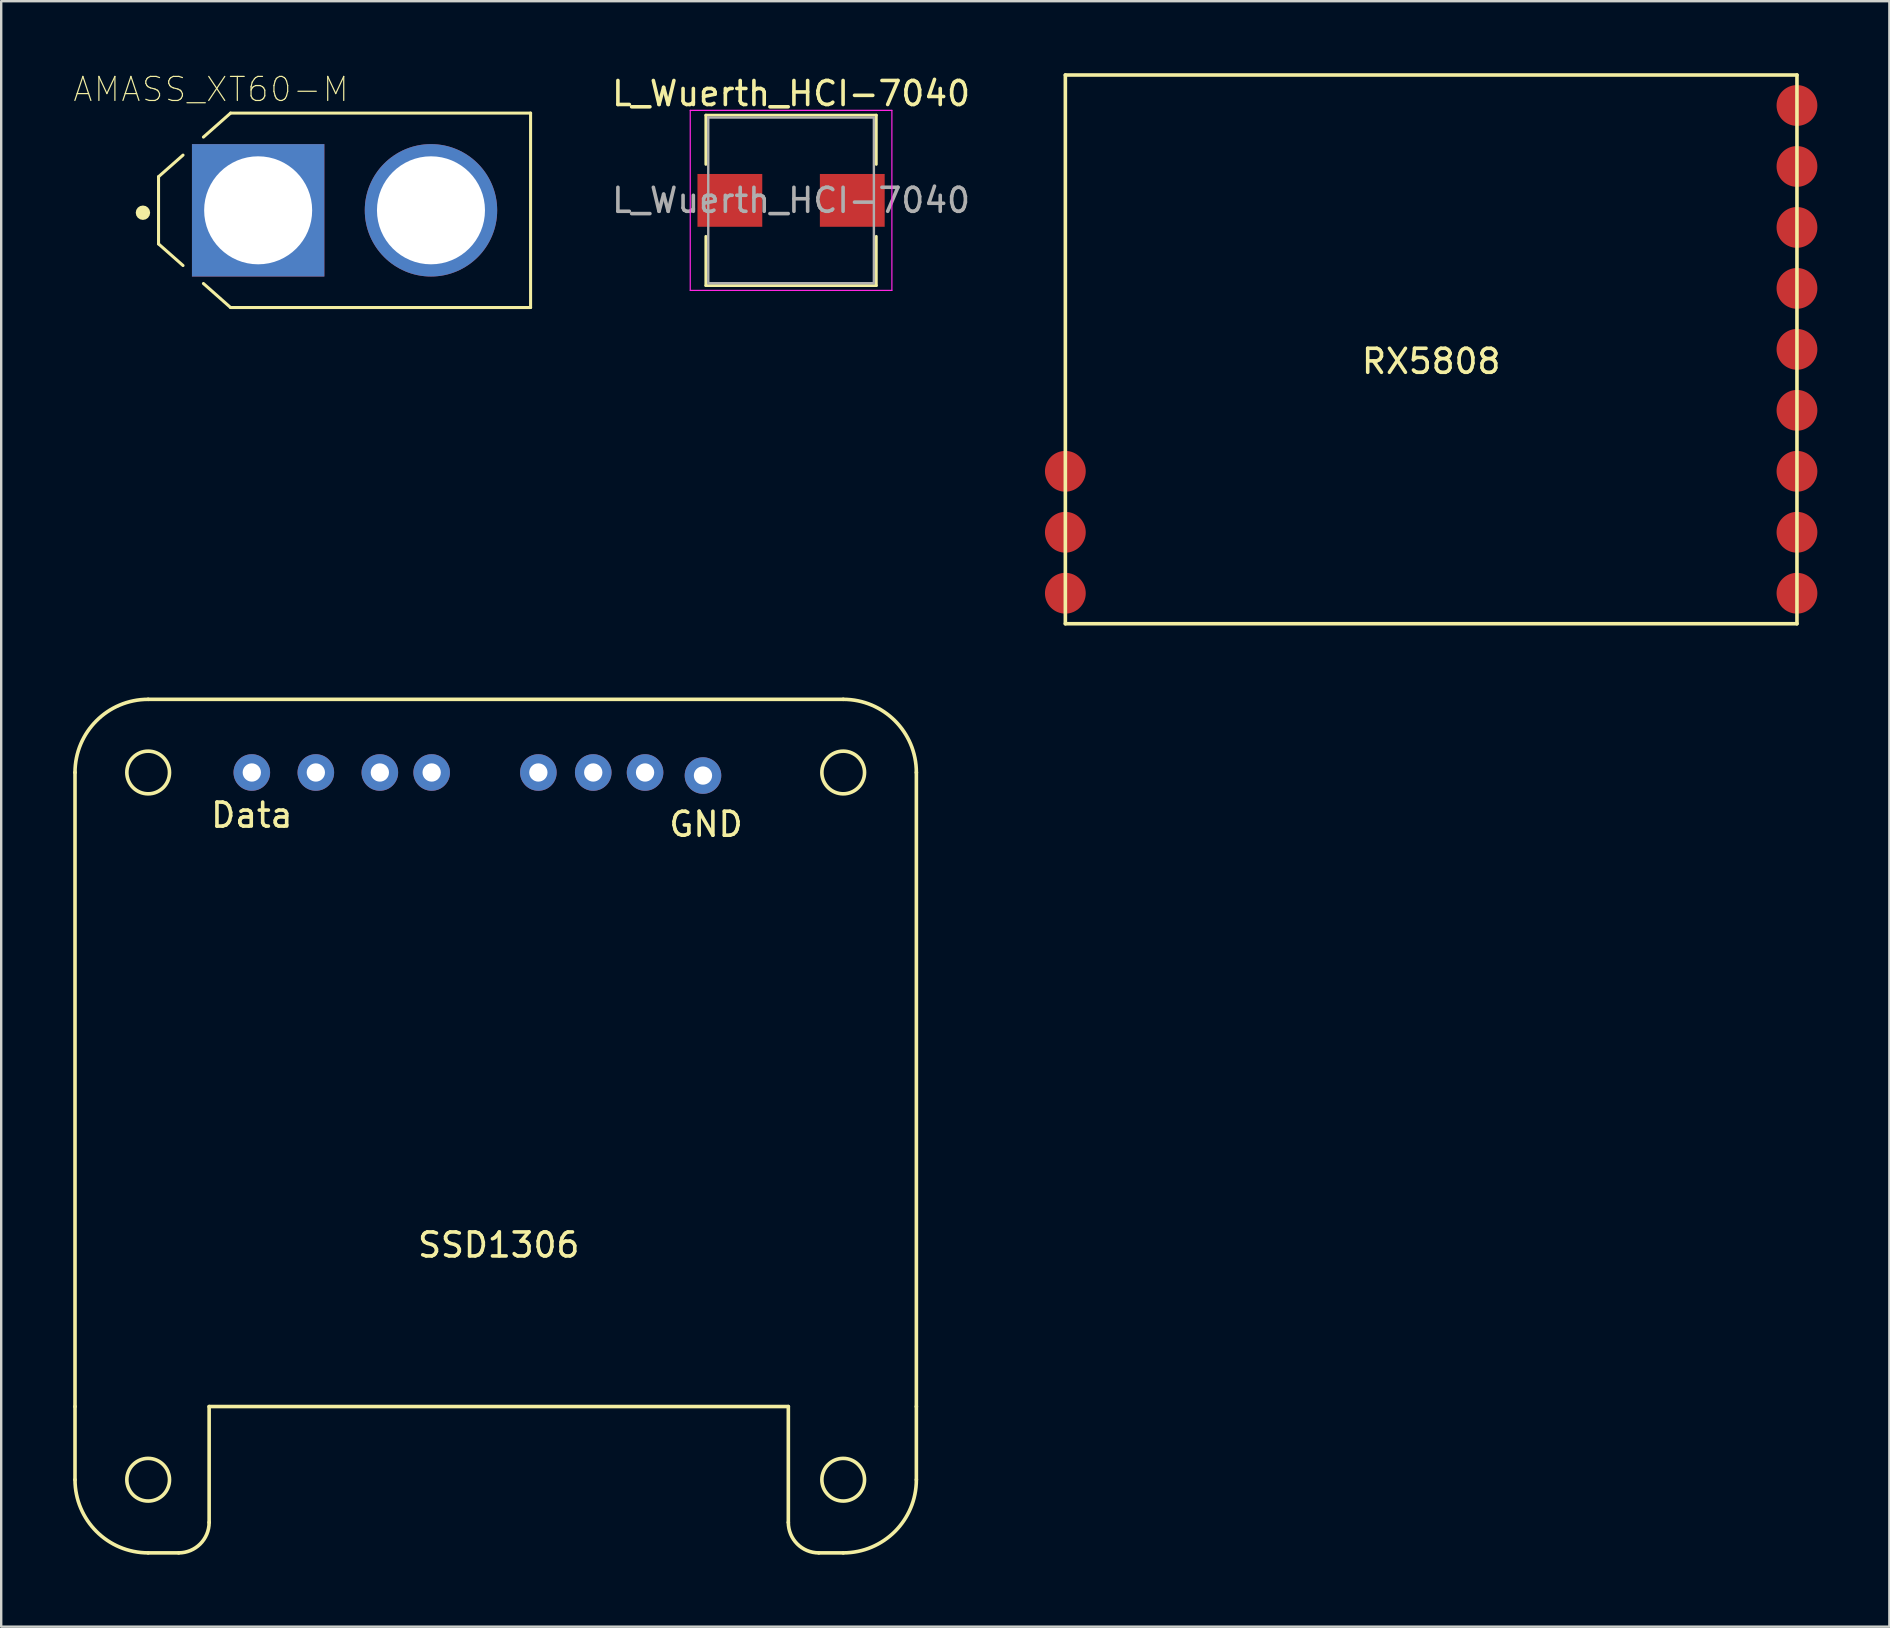
<source format=kicad_pcb>
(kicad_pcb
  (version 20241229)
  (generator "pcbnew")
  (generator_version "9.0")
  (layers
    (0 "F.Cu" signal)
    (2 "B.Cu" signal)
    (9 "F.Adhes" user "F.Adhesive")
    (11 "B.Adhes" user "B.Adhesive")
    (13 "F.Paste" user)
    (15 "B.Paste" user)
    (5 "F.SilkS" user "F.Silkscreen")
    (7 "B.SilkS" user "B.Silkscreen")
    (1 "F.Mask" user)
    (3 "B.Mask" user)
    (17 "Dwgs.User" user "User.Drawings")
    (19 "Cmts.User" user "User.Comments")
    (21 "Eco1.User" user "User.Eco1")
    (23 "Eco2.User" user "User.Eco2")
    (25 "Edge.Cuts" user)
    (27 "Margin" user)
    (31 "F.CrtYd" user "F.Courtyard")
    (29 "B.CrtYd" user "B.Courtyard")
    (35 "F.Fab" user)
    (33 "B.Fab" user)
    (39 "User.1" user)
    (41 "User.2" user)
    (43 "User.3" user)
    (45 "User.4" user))
  (footprint "SSD1306"
    (layer "F.Cu")
    (at 17.728 41.579)
    (property "Reference" "SSD1306" (at 0 7.239 0) (layer "F.SilkS") (effects (font (size 1 1) (thickness 0.15))))
    (attr through_hole)
    (fp_line (start -17.653 13.97) (end -17.653 -12.446) (stroke (width 0.15) (type solid)) (layer "F.SilkS"))
    (fp_line (start -17.653 13.97) (end -17.653 17.018) (stroke (width 0.15) (type solid)) (layer "F.SilkS"))
    (fp_line (start -14.605 -15.494) (end 14.351 -15.494) (stroke (width 0.15) (type solid)) (layer "F.SilkS"))
    (fp_line (start -14.605 20.066) (end -13.335 20.066) (stroke (width 0.15) (type solid)) (layer "F.SilkS"))
    (fp_line (start -12.065 13.97) (end 12.065 13.97) (stroke (width 0.15) (type solid)) (layer "F.SilkS"))
    (fp_line (start -12.065 18.796) (end -12.065 13.97) (stroke (width 0.15) (type solid)) (layer "F.SilkS"))
    (fp_line (start 12.065 18.796) (end 12.065 13.97) (stroke (width 0.15) (type solid)) (layer "F.SilkS"))
    (fp_line (start 14.351 20.066) (end 13.335 20.066) (stroke (width 0.15) (type solid)) (layer "F.SilkS"))
    (fp_line (start 17.399 -12.446) (end 17.399 13.97) (stroke (width 0.15) (type solid)) (layer "F.SilkS"))
    (fp_line (start 17.399 13.97) (end 17.399 17.018) (stroke (width 0.15) (type solid)) (layer "F.SilkS"))
    (fp_arc (start -17.653 -12.446) (mid -16.760261 -14.601261) (end -14.605 -15.494) (stroke (width 0.15) (type solid)) (layer "F.SilkS"))
    (fp_arc (start -14.605 20.066) (mid -16.760261 19.173261) (end -17.653 17.018) (stroke (width 0.15) (type solid)) (layer "F.SilkS"))
    (fp_arc (start -12.065 18.796) (mid -12.436974 19.694026) (end -13.335 20.066) (stroke (width 0.15) (type solid)) (layer "F.SilkS"))
    (fp_arc (start 13.335 20.066) (mid 12.436974 19.694026) (end 12.065 18.796) (stroke (width 0.15) (type solid)) (layer "F.SilkS"))
    (fp_arc (start 14.351 -15.494) (mid 16.506261 -14.601261) (end 17.399 -12.446) (stroke (width 0.15) (type solid)) (layer "F.SilkS"))
    (fp_arc (start 17.399 17.018) (mid 16.506261 19.173261) (end 14.351 20.066) (stroke (width 0.15) (type solid)) (layer "F.SilkS"))
    (fp_circle (center -14.605 -12.446) (end -14.605 -13.335) (stroke (width 0.15) (type solid)) (fill no) (layer "F.SilkS"))
    (fp_circle (center -14.605 17.018) (end -14.605 16.129) (stroke (width 0.15) (type solid)) (fill no) (layer "F.SilkS"))
    (fp_circle (center 14.351 -12.446) (end 14.351 -13.335) (stroke (width 0.15) (type solid)) (fill no) (layer "F.SilkS"))
    (fp_circle (center 14.351 17.018) (end 14.351 16.129) (stroke (width 0.15) (type solid)) (fill no) (layer "F.SilkS"))
    (fp_text user "Data" (at -10.287 -10.668 0) (layer "F.SilkS") (effects (font (size 1 1) (thickness 0.15))))
    (fp_text user "GND" (at 8.636 -10.287 0) (layer "F.SilkS") (effects (font (size 1 1) (thickness 0.15))))
    (pad "1" thru_hole circle (at -10.287 -12.446) (size 1.524 1.524) (drill 0.762) (layers "*.Cu" "*.Mask"))
    (pad "2" thru_hole circle (at -7.62 -12.446) (size 1.524 1.524) (drill 0.762) (layers "*.Cu" "*.Mask"))
    (pad "3" thru_hole circle (at -4.953 -12.446) (size 1.524 1.524) (drill 0.762) (layers "*.Cu" "*.Mask"))
    (pad "4" thru_hole circle (at -2.794 -12.446) (size 1.524 1.524) (drill 0.762) (layers "*.Cu" "*.Mask"))
    (pad "5" thru_hole circle (at 1.651 -12.446) (size 1.524 1.524) (drill 0.762) (layers "*.Cu" "*.Mask"))
    (pad "6" thru_hole circle (at 3.937 -12.446) (size 1.524 1.524) (drill 0.762) (layers "*.Cu" "*.Mask"))
    (pad "7" thru_hole circle (at 6.096 -12.446) (size 1.524 1.524) (drill 0.762) (layers "*.Cu" "*.Mask"))
    (pad "8" thru_hole circle (at 8.509 -12.319) (size 1.524 1.524) (drill 0.762) (layers "*.Cu" "*.Mask")))
  (footprint "AMASS_XT60-M"
    (layer "F.Cu")
    (at 11.305 5.712)
    (property "Reference" "AMASS_XT60-M" (at -5.564 -5.038 0) (layer "F.SilkS") (effects (font (size 1.001 1.001) (thickness 0.05))))
    (attr through_hole)
    (fp_line (start -7.75 -1.4) (end -6.73 -2.3) (stroke (width 0.127) (type solid)) (layer "F.SilkS"))
    (fp_line (start -7.75 1.4) (end -7.75 -1.4) (stroke (width 0.127) (type solid)) (layer "F.SilkS"))
    (fp_line (start -7.75 1.4) (end -6.73 2.3) (stroke (width 0.127) (type solid)) (layer "F.SilkS"))
    (fp_line (start -4.75 -4.05) (end -5.88 -3.05) (stroke (width 0.127) (type solid)) (layer "F.SilkS"))
    (fp_line (start -4.75 -4.05) (end 7.75 -4.05) (stroke (width 0.127) (type solid)) (layer "F.SilkS"))
    (fp_line (start -4.75 4.05) (end -5.88 3.05) (stroke (width 0.127) (type solid)) (layer "F.SilkS"))
    (fp_line (start 7.75 -4.05) (end 7.75 4.05) (stroke (width 0.127) (type solid)) (layer "F.SilkS"))
    (fp_line (start 7.75 4.05) (end -4.75 4.05) (stroke (width 0.127) (type solid)) (layer "F.SilkS"))
    (fp_circle (center -8.4 0.1) (end -8.25 0.1) (stroke (width 0.3) (type solid)) (fill no) (layer "F.SilkS"))
    (fp_line (start -8 -4.3) (end 8 -4.3) (stroke (width 0.05) (type solid)) (layer "Eco1.User"))
    (fp_line (start -8 4.3) (end -8 -4.3) (stroke (width 0.05) (type solid)) (layer "Eco1.User"))
    (fp_line (start 8 -4.3) (end 8 4.3) (stroke (width 0.05) (type solid)) (layer "Eco1.User"))
    (fp_line (start 8 4.3) (end -8 4.3) (stroke (width 0.05) (type solid)) (layer "Eco1.User"))
    (fp_line (start -7.75 1.4) (end -7.75 -1.4) (stroke (width 0.127) (type solid)) (layer "Eco2.User"))
    (fp_line (start -4.75 -4.05) (end -7.75 -1.4) (stroke (width 0.127) (type solid)) (layer "Eco2.User"))
    (fp_line (start -4.75 -4.05) (end 7.75 -4.05) (stroke (width 0.127) (type solid)) (layer "Eco2.User"))
    (fp_line (start -4.75 4.05) (end -7.75 1.4) (stroke (width 0.127) (type solid)) (layer "Eco2.User"))
    (fp_line (start 7.75 -4.05) (end 7.75 4.05) (stroke (width 0.127) (type solid)) (layer "Eco2.User"))
    (fp_line (start 7.75 4.05) (end -4.75 4.05) (stroke (width 0.127) (type solid)) (layer "Eco2.User"))
    (pad "1" thru_hole rect (at -3.6 0) (size 5.516 5.516) (drill 4.5) (layers "*.Cu" "*.Mask"))
    (pad "2" thru_hole circle (at 3.6 0) (size 5.516 5.516) (drill 4.5) (layers "*.Cu" "*.Mask")))
  (footprint "RX5808"
    (layer "F.Cu")
    (at 56.574 11.505)
    (property "Reference" "RX5808" (at 0 0.5 0) (layer "F.SilkS") (effects (font (size 1 1) (thickness 0.15))))
    (attr through_hole)
    (fp_line (start -15.24 -11.43) (end -15.24 11.43) (stroke (width 0.15) (type solid)) (layer "F.SilkS"))
    (fp_line (start -15.24 11.43) (end 15.24 11.43) (stroke (width 0.15) (type solid)) (layer "F.SilkS"))
    (fp_line (start 15.24 -11.43) (end -15.24 -11.43) (stroke (width 0.15) (type solid)) (layer "F.SilkS"))
    (fp_line (start 15.24 11.43) (end 15.24 -11.43) (stroke (width 0.15) (type solid)) (layer "F.SilkS"))
    (pad "1" smd circle (at -15.24 5.08) (size 1.7 1.7) (layers "F.Cu" "F.Mask"))
    (pad "2" smd circle (at -15.24 7.62) (size 1.7 1.7) (layers "F.Cu" "F.Mask"))
    (pad "3" smd circle (at -15.24 10.16) (size 1.7 1.7) (layers "F.Cu" "F.Mask"))
    (pad "4" smd circle (at 15.24 10.16) (size 1.7 1.7) (layers "F.Cu" "F.Mask"))
    (pad "5" smd circle (at 15.24 7.62) (size 1.7 1.7) (layers "F.Cu" "F.Mask"))
    (pad "6" smd circle (at 15.24 5.08) (size 1.7 1.7) (layers "F.Cu" "F.Mask"))
    (pad "7" smd circle (at 15.24 2.54) (size 1.7 1.7) (layers "F.Cu" "F.Mask"))
    (pad "8" smd circle (at 15.24 0) (size 1.7 1.7) (layers "F.Cu" "F.Mask"))
    (pad "9" smd circle (at 15.24 -2.54) (size 1.7 1.7) (layers "F.Cu" "F.Mask"))
    (pad "10" smd circle (at 15.24 -5.08) (size 1.7 1.7) (layers "F.Cu" "F.Mask"))
    (pad "11" smd circle (at 15.24 -7.62) (size 1.7 1.7) (layers "F.Cu" "F.Mask"))
    (pad "12" smd circle (at 15.24 -10.16) (size 1.7 1.7) (layers "F.Cu" "F.Mask")))
  (footprint "L_Wuerth_HCI-7040"
    (layer "F.Cu")
    (at 29.907 5.298)
    (property "Reference" "L_Wuerth_HCI-7040" (at 0 -4.45 0) (layer "F.SilkS") (effects (font (size 1 1) (thickness 0.15))))
    (attr smd)
    (fp_line (start -3.55 -3.55) (end 3.55 -3.55) (stroke (width 0.12) (type solid)) (layer "F.SilkS"))
    (fp_line (start -3.55 -1.5) (end -3.55 -3.55) (stroke (width 0.12) (type solid)) (layer "F.SilkS"))
    (fp_line (start -3.55 1.5) (end -3.55 3.55) (stroke (width 0.12) (type solid)) (layer "F.SilkS"))
    (fp_line (start -3.55 3.55) (end 3.55 3.55) (stroke (width 0.12) (type solid)) (layer "F.SilkS"))
    (fp_line (start 3.55 -3.55) (end 3.55 -1.5) (stroke (width 0.12) (type solid)) (layer "F.SilkS"))
    (fp_line (start 3.55 3.55) (end 3.55 1.5) (stroke (width 0.12) (type solid)) (layer "F.SilkS"))
    (fp_line (start -4.2 -3.75) (end -4.2 3.75) (stroke (width 0.05) (type solid)) (layer "F.CrtYd"))
    (fp_line (start -4.2 3.75) (end 4.2 3.75) (stroke (width 0.05) (type solid)) (layer "F.CrtYd"))
    (fp_line (start 4.2 -3.75) (end -4.2 -3.75) (stroke (width 0.05) (type solid)) (layer "F.CrtYd"))
    (fp_line (start 4.2 3.75) (end 4.2 -3.75) (stroke (width 0.05) (type solid)) (layer "F.CrtYd"))
    (fp_line (start -3.45 -3.45) (end -3.45 3.45) (stroke (width 0.1) (type solid)) (layer "F.Fab"))
    (fp_line (start -3.45 3.45) (end 3.45 3.45) (stroke (width 0.1) (type solid)) (layer "F.Fab"))
    (fp_line (start 3.45 -3.45) (end -3.45 -3.45) (stroke (width 0.1) (type solid)) (layer "F.Fab"))
    (fp_line (start 3.45 3.45) (end 3.45 -3.45) (stroke (width 0.1) (type solid)) (layer "F.Fab"))
    (fp_text user "${REFERENCE}" (at 0 0 0) (layer "F.Fab") (effects (font (size 1 1) (thickness 0.15))))
    (pad "1" smd rect (at -2.55 0) (size 2.7 2.2) (layers "F.Cu" "F.Mask" "F.Paste"))
    (pad "2" smd rect (at 2.55 0) (size 2.7 2.2) (layers "F.Cu" "F.Mask" "F.Paste")))
  (gr_rect
    (start -3 -3)
    (end 75.664 64.72)
    (stroke (width 0.1) (type default))
    (fill no)
    (layer "Edge.Cuts")))
</source>
